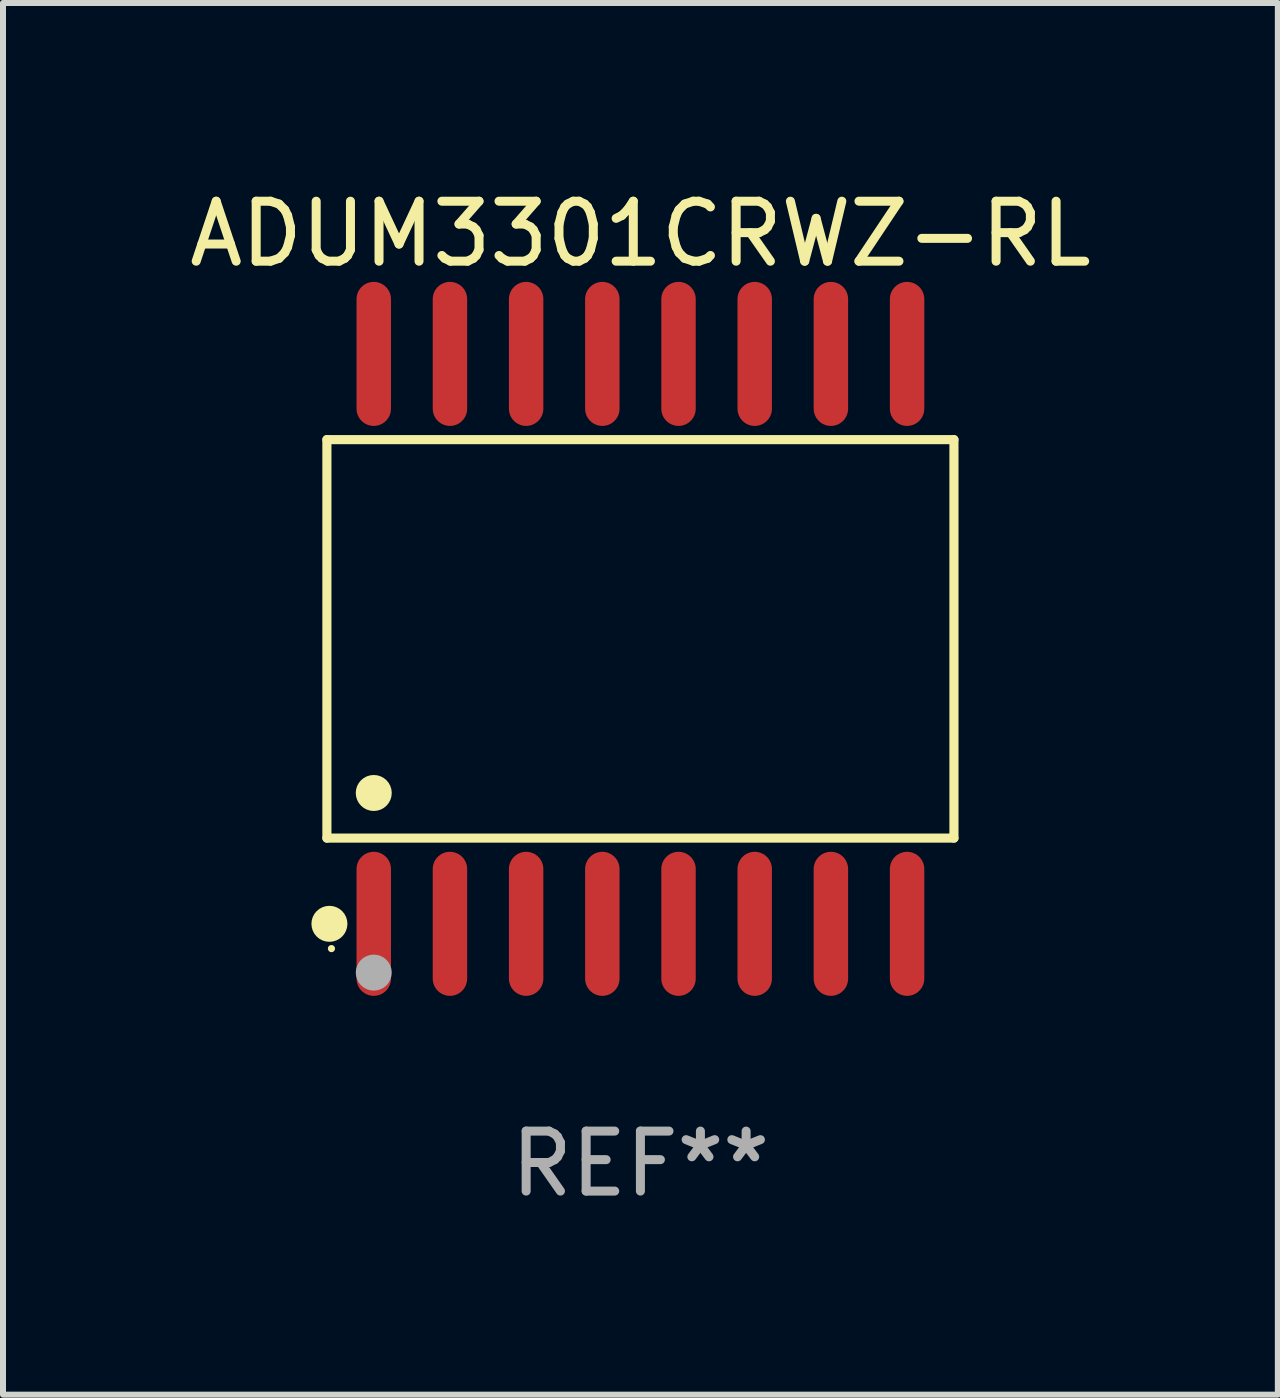
<source format=kicad_pcb>
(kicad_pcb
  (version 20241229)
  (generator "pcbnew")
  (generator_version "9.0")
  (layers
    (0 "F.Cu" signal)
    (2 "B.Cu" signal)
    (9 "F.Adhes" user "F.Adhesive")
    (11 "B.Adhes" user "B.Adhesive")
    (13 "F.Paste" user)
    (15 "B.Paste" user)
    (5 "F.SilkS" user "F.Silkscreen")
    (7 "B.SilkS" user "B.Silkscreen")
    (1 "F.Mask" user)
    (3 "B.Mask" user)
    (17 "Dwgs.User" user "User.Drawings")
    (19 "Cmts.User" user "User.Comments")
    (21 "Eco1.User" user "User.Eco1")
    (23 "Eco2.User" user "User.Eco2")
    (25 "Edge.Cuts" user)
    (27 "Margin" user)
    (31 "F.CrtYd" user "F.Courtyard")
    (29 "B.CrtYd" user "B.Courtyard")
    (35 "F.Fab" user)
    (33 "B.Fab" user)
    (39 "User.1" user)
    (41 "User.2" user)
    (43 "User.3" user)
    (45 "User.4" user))
  (footprint "ADUM3301CRWZ-RL"
    (layer "F.Cu")
    (at 7.625 7.599)
    (property "Reference" "ADUM3301CRWZ-RL" (at 0 -6.75 0) (layer "F.SilkS") (effects (font (size 1 1) (thickness 0.15))))
    (attr through_hole)
    (fp_line (start -5.226 -3.321) (end 5.226 -3.321) (stroke (width 0.152) (type solid)) (layer "F.SilkS"))
    (fp_line (start -5.226 3.321) (end -5.226 -3.321) (stroke (width 0.152) (type solid)) (layer "F.SilkS"))
    (fp_line (start 5.226 -3.321) (end 5.226 3.321) (stroke (width 0.152) (type solid)) (layer "F.SilkS"))
    (fp_line (start 5.226 3.321) (end -5.226 3.321) (stroke (width 0.152) (type solid)) (layer "F.SilkS"))
    (fp_circle (center -5.184 4.75) (end -5.034 4.75) (stroke (width 0.3) (type solid)) (fill no) (layer "F.SilkS"))
    (fp_circle (center -5.15 5.163) (end -5.12 5.163) (stroke (width 0.06) (type solid)) (fill no) (layer "F.SilkS"))
    (fp_circle (center -4.445 2.569) (end -4.295 2.569) (stroke (width 0.3) (type solid)) (fill no) (layer "F.SilkS"))
    (fp_circle (center -4.445 5.563) (end -4.295 5.563) (stroke (width 0.3) (type solid)) (fill no) (layer "F.Fab"))
    (fp_text user "REF**" (at 0 8.75 0) (layer "F.Fab") (effects (font (size 1 1) (thickness 0.15))))
    (pad "1" smd oval (at -4.445 4.75) (size 0.574 2.401) (layers "F.Cu" "F.Mask" "F.Paste"))
    (pad "2" smd oval (at -3.175 4.75) (size 0.574 2.401) (layers "F.Cu" "F.Mask" "F.Paste"))
    (pad "3" smd oval (at -1.905 4.75) (size 0.574 2.401) (layers "F.Cu" "F.Mask" "F.Paste"))
    (pad "4" smd oval (at -0.635 4.75) (size 0.574 2.401) (layers "F.Cu" "F.Mask" "F.Paste"))
    (pad "5" smd oval (at 0.635 4.75) (size 0.574 2.401) (layers "F.Cu" "F.Mask" "F.Paste"))
    (pad "6" smd oval (at 1.905 4.75) (size 0.574 2.401) (layers "F.Cu" "F.Mask" "F.Paste"))
    (pad "7" smd oval (at 3.175 4.75) (size 0.574 2.401) (layers "F.Cu" "F.Mask" "F.Paste"))
    (pad "8" smd oval (at 4.445 4.75) (size 0.574 2.401) (layers "F.Cu" "F.Mask" "F.Paste"))
    (pad "9" smd oval (at 4.445 -4.75) (size 0.574 2.401) (layers "F.Cu" "F.Mask" "F.Paste"))
    (pad "10" smd oval (at 3.175 -4.75) (size 0.574 2.401) (layers "F.Cu" "F.Mask" "F.Paste"))
    (pad "11" smd oval (at 1.905 -4.75) (size 0.574 2.401) (layers "F.Cu" "F.Mask" "F.Paste"))
    (pad "12" smd oval (at 0.635 -4.75) (size 0.574 2.401) (layers "F.Cu" "F.Mask" "F.Paste"))
    (pad "13" smd oval (at -0.635 -4.75) (size 0.574 2.401) (layers "F.Cu" "F.Mask" "F.Paste"))
    (pad "14" smd oval (at -1.905 -4.75) (size 0.574 2.401) (layers "F.Cu" "F.Mask" "F.Paste"))
    (pad "15" smd oval (at -3.175 -4.75) (size 0.574 2.401) (layers "F.Cu" "F.Mask" "F.Paste"))
    (pad "16" smd oval (at -4.445 -4.75) (size 0.574 2.401) (layers "F.Cu" "F.Mask" "F.Paste")))
  (gr_rect
    (start -3 -3)
    (end 18.25 20.197)
    (stroke (width 0.1) (type default))
    (fill no)
    (layer "Edge.Cuts")))
</source>
